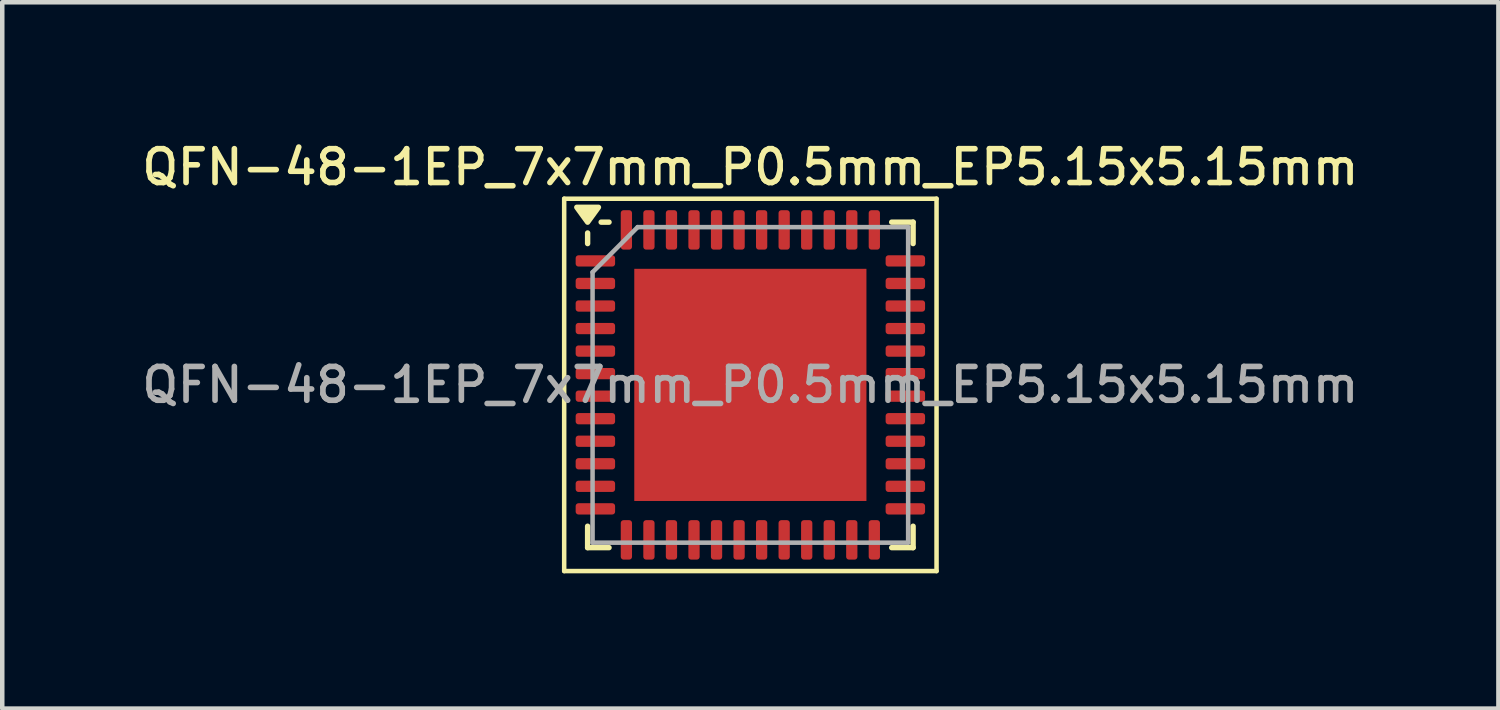
<source format=kicad_pcb>
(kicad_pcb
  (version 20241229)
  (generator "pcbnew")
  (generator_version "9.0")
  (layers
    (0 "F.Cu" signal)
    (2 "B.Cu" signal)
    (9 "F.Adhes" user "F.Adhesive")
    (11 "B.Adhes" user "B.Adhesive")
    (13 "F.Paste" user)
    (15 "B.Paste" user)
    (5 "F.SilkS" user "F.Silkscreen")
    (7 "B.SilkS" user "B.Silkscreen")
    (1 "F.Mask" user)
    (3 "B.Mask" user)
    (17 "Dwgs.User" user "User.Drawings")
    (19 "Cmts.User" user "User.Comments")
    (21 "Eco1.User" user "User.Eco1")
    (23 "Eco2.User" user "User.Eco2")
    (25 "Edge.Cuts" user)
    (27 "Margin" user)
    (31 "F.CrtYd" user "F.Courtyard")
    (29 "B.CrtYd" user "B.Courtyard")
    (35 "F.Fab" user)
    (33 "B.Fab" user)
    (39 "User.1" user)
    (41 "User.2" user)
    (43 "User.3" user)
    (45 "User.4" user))
  (footprint "QFN-48-1EP_7x7mm_P0.5mm_EP5.15x5.15mm"
    (layer "F.Cu")
    (at 13.595 5.488)
    (property "Reference" "QFN-48-1EP_7x7mm_P0.5mm_EP5.15x5.15mm" (at 0 -4.83 0) (layer "F.SilkS") (effects (font (size 0.75 0.75) (thickness 0.125))))
    (attr smd)
    (fp_line (start -4.13 -4.13) (end -4.13 4.13) (stroke (width 0.1) (type solid)) (layer "F.SilkS"))
    (fp_line (start -4.13 4.13) (end 4.13 4.13) (stroke (width 0.1) (type solid)) (layer "F.SilkS"))
    (fp_line (start -3.61 -3.135) (end -3.61 -3.37) (stroke (width 0.12) (type solid)) (layer "F.SilkS"))
    (fp_line (start -3.61 3.61) (end -3.61 3.135) (stroke (width 0.12) (type solid)) (layer "F.SilkS"))
    (fp_line (start -3.135 -3.61) (end -3.31 -3.61) (stroke (width 0.12) (type solid)) (layer "F.SilkS"))
    (fp_line (start -3.135 3.61) (end -3.61 3.61) (stroke (width 0.12) (type solid)) (layer "F.SilkS"))
    (fp_line (start 3.135 -3.61) (end 3.61 -3.61) (stroke (width 0.12) (type solid)) (layer "F.SilkS"))
    (fp_line (start 3.135 3.61) (end 3.61 3.61) (stroke (width 0.12) (type solid)) (layer "F.SilkS"))
    (fp_line (start 3.61 -3.61) (end 3.61 -3.135) (stroke (width 0.12) (type solid)) (layer "F.SilkS"))
    (fp_line (start 3.61 3.61) (end 3.61 3.135) (stroke (width 0.12) (type solid)) (layer "F.SilkS"))
    (fp_line (start 4.13 -4.13) (end -4.13 -4.13) (stroke (width 0.1) (type solid)) (layer "F.SilkS"))
    (fp_line (start 4.13 4.13) (end 4.13 -4.13) (stroke (width 0.1) (type solid)) (layer "F.SilkS"))
    (fp_poly (pts (xy -3.61 -3.61) (xy -3.85 -3.94) (xy -3.37 -3.94) (xy -3.61 -3.61)) (stroke (width 0.12) (type solid)) (fill yes) (layer "F.SilkS"))
    (fp_line (start -3.5 -2.5) (end -2.5 -3.5) (stroke (width 0.1) (type solid)) (layer "F.Fab"))
    (fp_line (start -3.5 3.5) (end -3.5 -2.5) (stroke (width 0.1) (type solid)) (layer "F.Fab"))
    (fp_line (start -2.5 -3.5) (end 3.5 -3.5) (stroke (width 0.1) (type solid)) (layer "F.Fab"))
    (fp_line (start 3.5 -3.5) (end 3.5 3.5) (stroke (width 0.1) (type solid)) (layer "F.Fab"))
    (fp_line (start 3.5 3.5) (end -3.5 3.5) (stroke (width 0.1) (type solid)) (layer "F.Fab"))
    (fp_text user "${REFERENCE}" (at 0 0 0) (layer "F.Fab") (effects (font (size 0.75 0.75) (thickness 0.125))))
    (pad "" smd roundrect (at -1.935 -1.935) (size 1.04 1.04) (layers "F.Paste") (roundrect_rratio 0.24))
    (pad "" smd roundrect (at -1.935 -0.645) (size 1.04 1.04) (layers "F.Paste") (roundrect_rratio 0.24))
    (pad "" smd roundrect (at -1.935 0.645) (size 1.04 1.04) (layers "F.Paste") (roundrect_rratio 0.24))
    (pad "" smd roundrect (at -1.935 1.935) (size 1.04 1.04) (layers "F.Paste") (roundrect_rratio 0.24))
    (pad "" smd roundrect (at -0.645 -1.935) (size 1.04 1.04) (layers "F.Paste") (roundrect_rratio 0.24))
    (pad "" smd roundrect (at -0.645 -0.645) (size 1.04 1.04) (layers "F.Paste") (roundrect_rratio 0.24))
    (pad "" smd roundrect (at -0.645 0.645) (size 1.04 1.04) (layers "F.Paste") (roundrect_rratio 0.24))
    (pad "" smd roundrect (at -0.645 1.935) (size 1.04 1.04) (layers "F.Paste") (roundrect_rratio 0.24))
    (pad "" smd roundrect (at 0.645 -1.935) (size 1.04 1.04) (layers "F.Paste") (roundrect_rratio 0.24))
    (pad "" smd roundrect (at 0.645 -0.645) (size 1.04 1.04) (layers "F.Paste") (roundrect_rratio 0.24))
    (pad "" smd roundrect (at 0.645 0.645) (size 1.04 1.04) (layers "F.Paste") (roundrect_rratio 0.24))
    (pad "" smd roundrect (at 0.645 1.935) (size 1.04 1.04) (layers "F.Paste") (roundrect_rratio 0.24))
    (pad "" smd roundrect (at 1.935 -1.935) (size 1.04 1.04) (layers "F.Paste") (roundrect_rratio 0.24))
    (pad "" smd roundrect (at 1.935 -0.645) (size 1.04 1.04) (layers "F.Paste") (roundrect_rratio 0.24))
    (pad "" smd roundrect (at 1.935 0.645) (size 1.04 1.04) (layers "F.Paste") (roundrect_rratio 0.24))
    (pad "" smd roundrect (at 1.935 1.935) (size 1.04 1.04) (layers "F.Paste") (roundrect_rratio 0.24))
    (pad "1" smd roundrect (at -3.438 -2.75) (size 0.875 0.25) (layers "F.Cu" "F.Mask" "F.Paste") (roundrect_rratio 0.25))
    (pad "2" smd roundrect (at -3.438 -2.25) (size 0.875 0.25) (layers "F.Cu" "F.Mask" "F.Paste") (roundrect_rratio 0.25))
    (pad "3" smd roundrect (at -3.438 -1.75) (size 0.875 0.25) (layers "F.Cu" "F.Mask" "F.Paste") (roundrect_rratio 0.25))
    (pad "4" smd roundrect (at -3.438 -1.25) (size 0.875 0.25) (layers "F.Cu" "F.Mask" "F.Paste") (roundrect_rratio 0.25))
    (pad "5" smd roundrect (at -3.438 -0.75) (size 0.875 0.25) (layers "F.Cu" "F.Mask" "F.Paste") (roundrect_rratio 0.25))
    (pad "6" smd roundrect (at -3.438 -0.25) (size 0.875 0.25) (layers "F.Cu" "F.Mask" "F.Paste") (roundrect_rratio 0.25))
    (pad "7" smd roundrect (at -3.438 0.25) (size 0.875 0.25) (layers "F.Cu" "F.Mask" "F.Paste") (roundrect_rratio 0.25))
    (pad "8" smd roundrect (at -3.438 0.75) (size 0.875 0.25) (layers "F.Cu" "F.Mask" "F.Paste") (roundrect_rratio 0.25))
    (pad "9" smd roundrect (at -3.438 1.25) (size 0.875 0.25) (layers "F.Cu" "F.Mask" "F.Paste") (roundrect_rratio 0.25))
    (pad "10" smd roundrect (at -3.438 1.75) (size 0.875 0.25) (layers "F.Cu" "F.Mask" "F.Paste") (roundrect_rratio 0.25))
    (pad "11" smd roundrect (at -3.438 2.25) (size 0.875 0.25) (layers "F.Cu" "F.Mask" "F.Paste") (roundrect_rratio 0.25))
    (pad "12" smd roundrect (at -3.438 2.75) (size 0.875 0.25) (layers "F.Cu" "F.Mask" "F.Paste") (roundrect_rratio 0.25))
    (pad "13" smd roundrect (at -2.75 3.438) (size 0.25 0.875) (layers "F.Cu" "F.Mask" "F.Paste") (roundrect_rratio 0.25))
    (pad "14" smd roundrect (at -2.25 3.438) (size 0.25 0.875) (layers "F.Cu" "F.Mask" "F.Paste") (roundrect_rratio 0.25))
    (pad "15" smd roundrect (at -1.75 3.438) (size 0.25 0.875) (layers "F.Cu" "F.Mask" "F.Paste") (roundrect_rratio 0.25))
    (pad "16" smd roundrect (at -1.25 3.438) (size 0.25 0.875) (layers "F.Cu" "F.Mask" "F.Paste") (roundrect_rratio 0.25))
    (pad "17" smd roundrect (at -0.75 3.438) (size 0.25 0.875) (layers "F.Cu" "F.Mask" "F.Paste") (roundrect_rratio 0.25))
    (pad "18" smd roundrect (at -0.25 3.438) (size 0.25 0.875) (layers "F.Cu" "F.Mask" "F.Paste") (roundrect_rratio 0.25))
    (pad "19" smd roundrect (at 0.25 3.438) (size 0.25 0.875) (layers "F.Cu" "F.Mask" "F.Paste") (roundrect_rratio 0.25))
    (pad "20" smd roundrect (at 0.75 3.438) (size 0.25 0.875) (layers "F.Cu" "F.Mask" "F.Paste") (roundrect_rratio 0.25))
    (pad "21" smd roundrect (at 1.25 3.438) (size 0.25 0.875) (layers "F.Cu" "F.Mask" "F.Paste") (roundrect_rratio 0.25))
    (pad "22" smd roundrect (at 1.75 3.438) (size 0.25 0.875) (layers "F.Cu" "F.Mask" "F.Paste") (roundrect_rratio 0.25))
    (pad "23" smd roundrect (at 2.25 3.438) (size 0.25 0.875) (layers "F.Cu" "F.Mask" "F.Paste") (roundrect_rratio 0.25))
    (pad "24" smd roundrect (at 2.75 3.438) (size 0.25 0.875) (layers "F.Cu" "F.Mask" "F.Paste") (roundrect_rratio 0.25))
    (pad "25" smd roundrect (at 3.438 2.75) (size 0.875 0.25) (layers "F.Cu" "F.Mask" "F.Paste") (roundrect_rratio 0.25))
    (pad "26" smd roundrect (at 3.438 2.25) (size 0.875 0.25) (layers "F.Cu" "F.Mask" "F.Paste") (roundrect_rratio 0.25))
    (pad "27" smd roundrect (at 3.438 1.75) (size 0.875 0.25) (layers "F.Cu" "F.Mask" "F.Paste") (roundrect_rratio 0.25))
    (pad "28" smd roundrect (at 3.438 1.25) (size 0.875 0.25) (layers "F.Cu" "F.Mask" "F.Paste") (roundrect_rratio 0.25))
    (pad "29" smd roundrect (at 3.438 0.75) (size 0.875 0.25) (layers "F.Cu" "F.Mask" "F.Paste") (roundrect_rratio 0.25))
    (pad "30" smd roundrect (at 3.438 0.25) (size 0.875 0.25) (layers "F.Cu" "F.Mask" "F.Paste") (roundrect_rratio 0.25))
    (pad "31" smd roundrect (at 3.438 -0.25) (size 0.875 0.25) (layers "F.Cu" "F.Mask" "F.Paste") (roundrect_rratio 0.25))
    (pad "32" smd roundrect (at 3.438 -0.75) (size 0.875 0.25) (layers "F.Cu" "F.Mask" "F.Paste") (roundrect_rratio 0.25))
    (pad "33" smd roundrect (at 3.438 -1.25) (size 0.875 0.25) (layers "F.Cu" "F.Mask" "F.Paste") (roundrect_rratio 0.25))
    (pad "34" smd roundrect (at 3.438 -1.75) (size 0.875 0.25) (layers "F.Cu" "F.Mask" "F.Paste") (roundrect_rratio 0.25))
    (pad "35" smd roundrect (at 3.438 -2.25) (size 0.875 0.25) (layers "F.Cu" "F.Mask" "F.Paste") (roundrect_rratio 0.25))
    (pad "36" smd roundrect (at 3.438 -2.75) (size 0.875 0.25) (layers "F.Cu" "F.Mask" "F.Paste") (roundrect_rratio 0.25))
    (pad "37" smd roundrect (at 2.75 -3.438) (size 0.25 0.875) (layers "F.Cu" "F.Mask" "F.Paste") (roundrect_rratio 0.25))
    (pad "38" smd roundrect (at 2.25 -3.438) (size 0.25 0.875) (layers "F.Cu" "F.Mask" "F.Paste") (roundrect_rratio 0.25))
    (pad "39" smd roundrect (at 1.75 -3.438) (size 0.25 0.875) (layers "F.Cu" "F.Mask" "F.Paste") (roundrect_rratio 0.25))
    (pad "40" smd roundrect (at 1.25 -3.438) (size 0.25 0.875) (layers "F.Cu" "F.Mask" "F.Paste") (roundrect_rratio 0.25))
    (pad "41" smd roundrect (at 0.75 -3.438) (size 0.25 0.875) (layers "F.Cu" "F.Mask" "F.Paste") (roundrect_rratio 0.25))
    (pad "42" smd roundrect (at 0.25 -3.438) (size 0.25 0.875) (layers "F.Cu" "F.Mask" "F.Paste") (roundrect_rratio 0.25))
    (pad "43" smd roundrect (at -0.25 -3.438) (size 0.25 0.875) (layers "F.Cu" "F.Mask" "F.Paste") (roundrect_rratio 0.25))
    (pad "44" smd roundrect (at -0.75 -3.438) (size 0.25 0.875) (layers "F.Cu" "F.Mask" "F.Paste") (roundrect_rratio 0.25))
    (pad "45" smd roundrect (at -1.25 -3.438) (size 0.25 0.875) (layers "F.Cu" "F.Mask" "F.Paste") (roundrect_rratio 0.25))
    (pad "46" smd roundrect (at -1.75 -3.438) (size 0.25 0.875) (layers "F.Cu" "F.Mask" "F.Paste") (roundrect_rratio 0.25))
    (pad "47" smd roundrect (at -2.25 -3.438) (size 0.25 0.875) (layers "F.Cu" "F.Mask" "F.Paste") (roundrect_rratio 0.25))
    (pad "48" smd roundrect (at -2.75 -3.438) (size 0.25 0.875) (layers "F.Cu" "F.Mask" "F.Paste") (roundrect_rratio 0.25))
    (pad "49" smd rect (at 0 0) (size 5.15 5.15) (property pad_prop_heatsink) (layers "F.Cu" "F.Mask")))
  (gr_rect
    (start -3 -3)
    (end 30.189 12.668)
    (stroke (width 0.1) (type default))
    (fill no)
    (layer "Edge.Cuts")))
</source>
